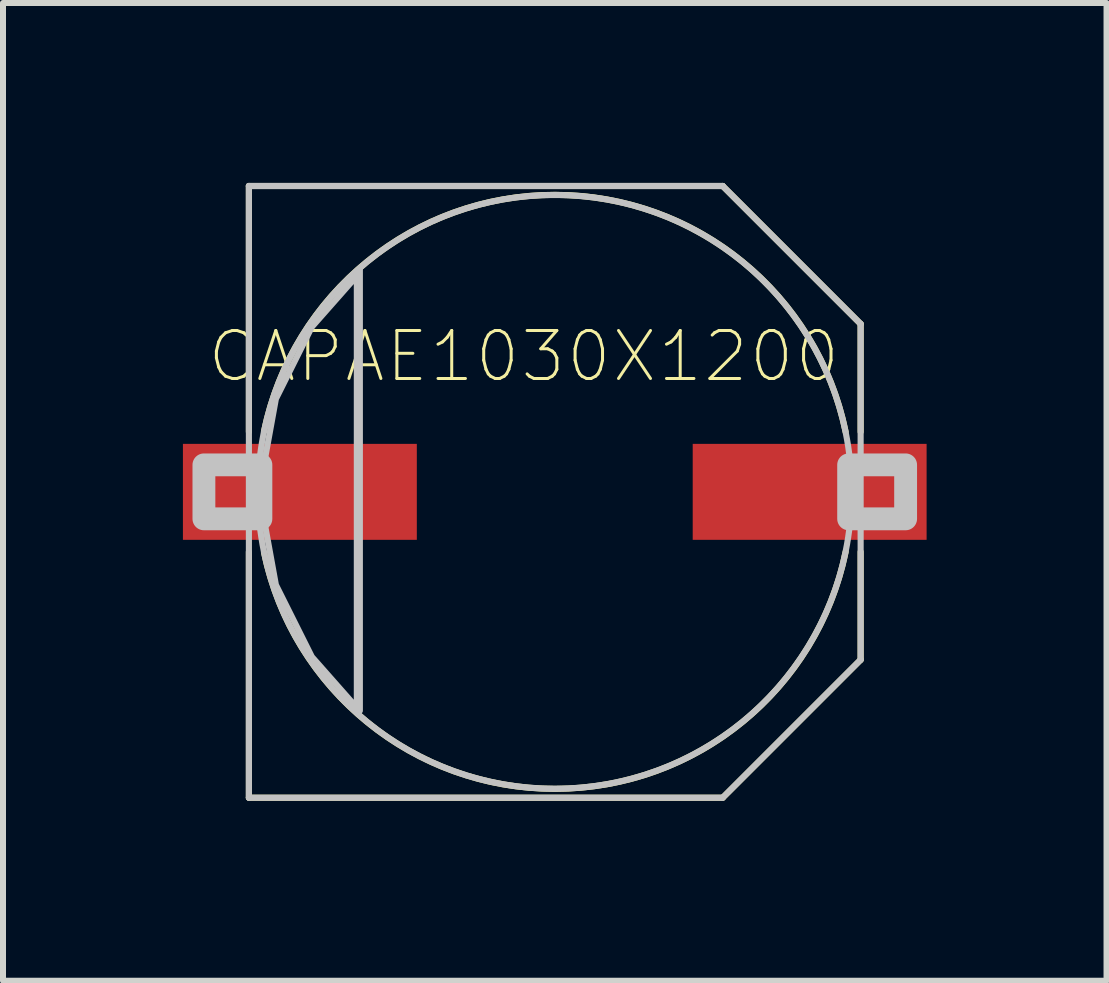
<source format=kicad_pcb>
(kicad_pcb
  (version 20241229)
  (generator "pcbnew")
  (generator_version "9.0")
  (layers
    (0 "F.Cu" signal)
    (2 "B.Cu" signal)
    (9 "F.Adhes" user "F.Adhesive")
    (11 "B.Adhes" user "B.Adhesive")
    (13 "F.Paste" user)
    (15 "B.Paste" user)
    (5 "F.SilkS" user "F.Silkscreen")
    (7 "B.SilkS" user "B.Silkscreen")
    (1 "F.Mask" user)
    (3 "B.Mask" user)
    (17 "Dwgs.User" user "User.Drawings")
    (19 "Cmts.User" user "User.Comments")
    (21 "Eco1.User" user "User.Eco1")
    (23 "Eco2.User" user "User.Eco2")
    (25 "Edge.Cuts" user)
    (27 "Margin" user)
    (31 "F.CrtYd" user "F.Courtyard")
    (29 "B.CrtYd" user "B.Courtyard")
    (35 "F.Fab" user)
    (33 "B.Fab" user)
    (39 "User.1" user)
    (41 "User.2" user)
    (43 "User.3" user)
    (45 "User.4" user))
  (footprint "CAPAE1030X1200"
    (layer "F.Cu")
    (at 6.2 5.151)
    (property "Reference" "CAPAE1030X1200" (at -0.518 -2.258 0) (layer "F.SilkS") (effects (font (size 0.8 0.8) (thickness 0.05))))
    (attr smd)
    (fp_line (start -5.1 -5.1) (end 2.8 -5.1) (stroke (width 0.102) (type solid)) (layer "F.SilkS"))
    (fp_line (start -5.1 -1) (end -5.1 -5.1) (stroke (width 0.102) (type solid)) (layer "F.SilkS"))
    (fp_line (start -5.1 5.1) (end -5.1 1) (stroke (width 0.102) (type solid)) (layer "F.SilkS"))
    (fp_line (start 2.8 -5.1) (end 5.1 -2.8) (stroke (width 0.102) (type solid)) (layer "F.SilkS"))
    (fp_line (start 2.8 5.1) (end -5.1 5.1) (stroke (width 0.102) (type solid)) (layer "F.SilkS"))
    (fp_line (start 5.1 -2.8) (end 5.1 -1) (stroke (width 0.102) (type solid)) (layer "F.SilkS"))
    (fp_line (start 5.1 1) (end 5.1 2.8) (stroke (width 0.102) (type solid)) (layer "F.SilkS"))
    (fp_line (start 5.1 2.8) (end 2.8 5.1) (stroke (width 0.102) (type solid)) (layer "F.SilkS"))
    (fp_arc (start -4.848258 -1.008413) (mid 0.004296 -4.952018) (end 4.85 -1) (stroke (width 0.1016) (type solid)) (layer "F.SilkS"))
    (fp_arc (start 4.85 1) (mid 0.004296 4.952018) (end -4.848258 1.008413) (stroke (width 0.1016) (type solid)) (layer "F.SilkS"))
    (fp_line (start -5.1 -5.1) (end 2.8 -5.1) (stroke (width 0.102) (type solid)) (layer "Dwgs.User"))
    (fp_line (start -5.1 5.1) (end -5.1 -5.1) (stroke (width 0.102) (type solid)) (layer "Dwgs.User"))
    (fp_line (start -3.25 -3.7) (end -3.25 3.65) (stroke (width 0.102) (type solid)) (layer "Dwgs.User"))
    (fp_line (start 2.8 -5.1) (end 5.1 -2.8) (stroke (width 0.102) (type solid)) (layer "Dwgs.User"))
    (fp_line (start 2.8 5.1) (end -5.1 5.1) (stroke (width 0.102) (type solid)) (layer "Dwgs.User"))
    (fp_line (start 5.1 -2.8) (end 5.1 2.8) (stroke (width 0.102) (type solid)) (layer "Dwgs.User"))
    (fp_line (start 5.1 2.8) (end 2.8 5.1) (stroke (width 0.102) (type solid)) (layer "Dwgs.User"))
    (fp_circle (center 0 0) (end 4.95 0) (stroke (width 0.102) (type solid)) (fill no) (layer "Dwgs.User"))
    (fp_poly (pts (xy -5.85 -0.45) (xy -4.9 -0.45) (xy -4.9 0.45) (xy -5.85 0.45)) (stroke (width 0.381) (type solid)) (fill no) (layer "Dwgs.User"))
    (fp_poly (pts (xy 4.9 -0.45) (xy 5.85 -0.45) (xy 5.85 0.45) (xy 4.9 0.45)) (stroke (width 0.381) (type solid)) (fill no) (layer "Dwgs.User"))
    (fp_poly (pts (xy -3.3 -3.6) (xy -4.05 -2.75) (xy -4.65 -1.55) (xy -4.85 -0.45) (xy -4.85 0.45) (xy -4.65 1.55) (xy -4.05 2.75) (xy -3.3 3.6) (xy -3.3 -3.55)) (stroke (width 0.102) (type solid)) (fill no) (layer "Dwgs.User"))
    (pad "1" smd rect (at 4.25 0) (size 3.9 1.6) (layers "F.Cu" "F.Mask" "F.Paste"))
    (pad "2" smd rect (at -4.25 0) (size 3.9 1.6) (layers "F.Cu" "F.Mask" "F.Paste")))
  (gr_rect
    (start -3 -3)
    (end 15.4 13.302)
    (stroke (width 0.1) (type default))
    (fill no)
    (layer "Edge.Cuts")))
</source>
